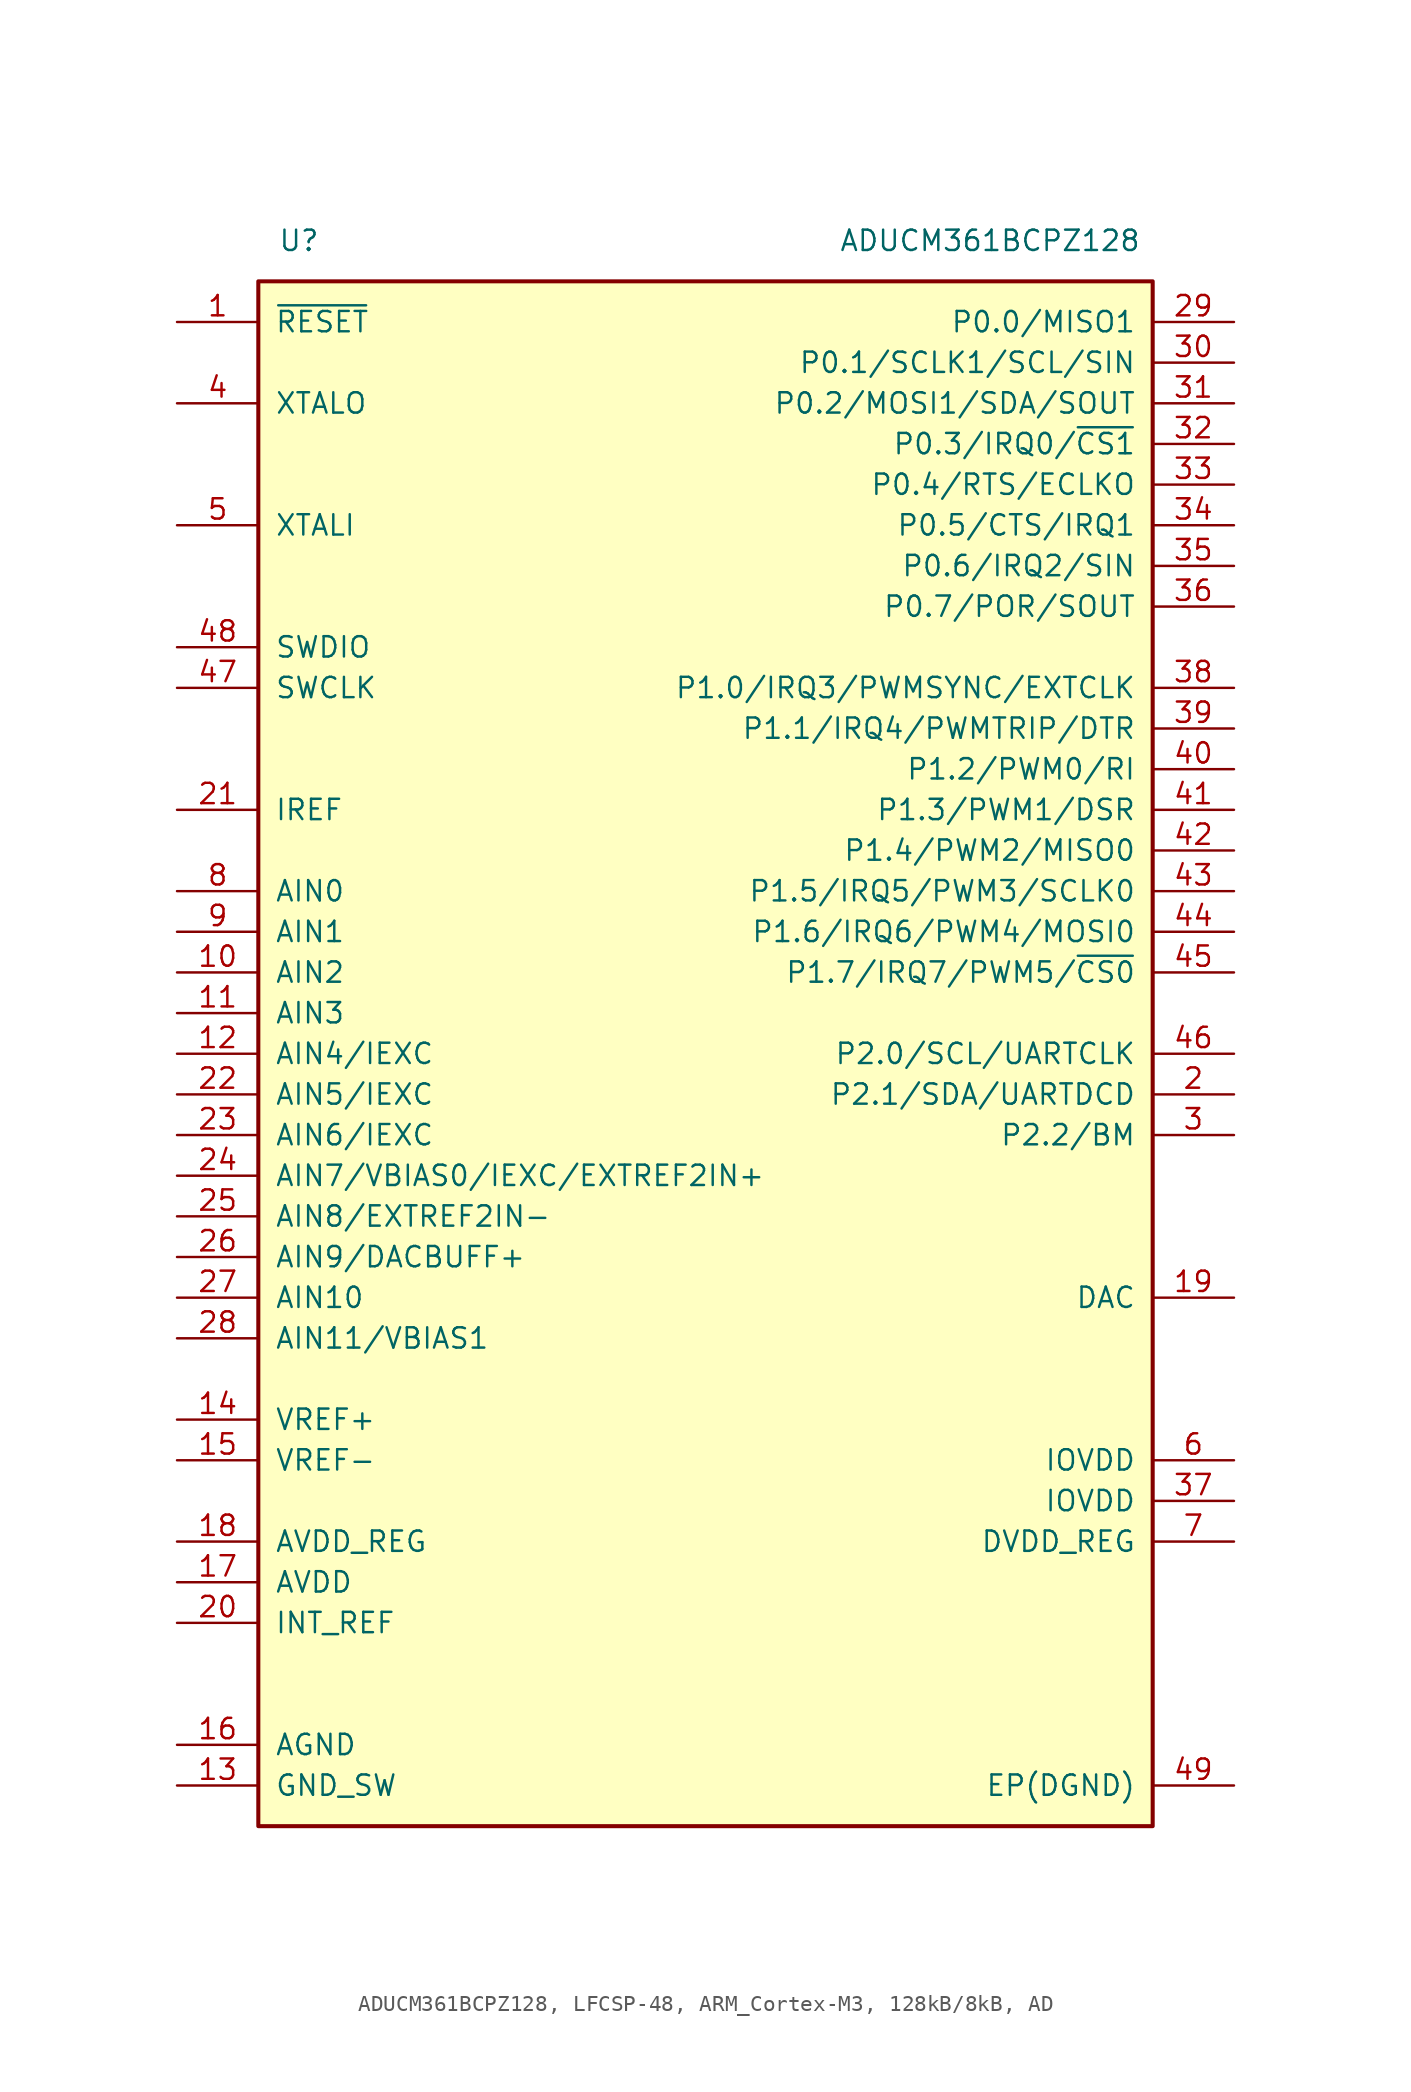
<source format=kicad_sym>
(kicad_symbol_lib
  (version 20241209)
  (generator "kicad_symbol_editor")
  (generator_version "9.0")
  (symbol "ADUCM361BCPZ128, LFCSP-48, ARM_Cortex-M3, 128kB/8kB, AD"
    (pin_names
      (offset 1.016))
    (property "Reference" "U"
      (at -25.4 50.8 0)
      (effects (font (size 1.27 1.27))))
    (property "Value" "ADUCM361BCPZ128"
      (at 17.78 50.8 0)
      (effects (font (size 1.27 1.27))))
    (symbol "ADUCM361BCPZ128, LFCSP-48, ARM_Cortex-M3, 128kB/8kB, AD_1_1"
      (rectangle (start -27.94 48.26) (end 27.94 -48.26) (stroke (width 0.254) (type default)) (fill (type background)))
      (pin input line (at -33.02 45.72 0) (length 5.08) (name "~{RESET}" (effects (font (size 1.27 1.27)))) (number "1" (effects (font (size 1.27 1.27)))))
      (pin passive line (at -33.02 40.64 0) (length 5.08) (name "XTALO" (effects (font (size 1.27 1.27)))) (number "4" (effects (font (size 1.27 1.27)))))
      (pin passive line (at -33.02 33.02 0) (length 5.08) (name "XTALI" (effects (font (size 1.27 1.27)))) (number "5" (effects (font (size 1.27 1.27)))))
      (pin bidirectional line (at -33.02 25.4 0) (length 5.08) (name "SWDIO" (effects (font (size 1.27 1.27)))) (number "48" (effects (font (size 1.27 1.27)))))
      (pin input line (at -33.02 22.86 0) (length 5.08) (name "SWCLK" (effects (font (size 1.27 1.27)))) (number "47" (effects (font (size 1.27 1.27)))))
      (pin bidirectional line (at -33.02 15.24 0) (length 5.08) (name "IREF" (effects (font (size 1.27 1.27)))) (number "21" (effects (font (size 1.27 1.27)))))
      (pin input line (at -33.02 10.16 0) (length 5.08) (name "AIN0" (effects (font (size 1.27 1.27)))) (number "8" (effects (font (size 1.27 1.27)))))
      (pin input line (at -33.02 7.62 0) (length 5.08) (name "AIN1" (effects (font (size 1.27 1.27)))) (number "9" (effects (font (size 1.27 1.27)))))
      (pin input line (at -33.02 5.08 0) (length 5.08) (name "AIN2" (effects (font (size 1.27 1.27)))) (number "10" (effects (font (size 1.27 1.27)))))
      (pin input line (at -33.02 2.54 0) (length 5.08) (name "AIN3" (effects (font (size 1.27 1.27)))) (number "11" (effects (font (size 1.27 1.27)))))
      (pin bidirectional line (at -33.02 0 0) (length 5.08) (name "AIN4/IEXC" (effects (font (size 1.27 1.27)))) (number "12" (effects (font (size 1.27 1.27)))))
      (pin bidirectional line (at -33.02 -2.54 0) (length 5.08) (name "AIN5/IEXC" (effects (font (size 1.27 1.27)))) (number "22" (effects (font (size 1.27 1.27)))))
      (pin bidirectional line (at -33.02 -5.08 0) (length 5.08) (name "AIN6/IEXC" (effects (font (size 1.27 1.27)))) (number "23" (effects (font (size 1.27 1.27)))))
      (pin bidirectional line (at -33.02 -7.62 0) (length 5.08) (name "AIN7/VBIAS0/IEXC/EXTREF2IN+" (effects (font (size 1.27 1.27)))) (number "24" (effects (font (size 1.27 1.27)))))
      (pin input line (at -33.02 -10.16 0) (length 5.08) (name "AIN8/EXTREF2IN-" (effects (font (size 1.27 1.27)))) (number "25" (effects (font (size 1.27 1.27)))))
      (pin input line (at -33.02 -12.7 0) (length 5.08) (name "AIN9/DACBUFF+" (effects (font (size 1.27 1.27)))) (number "26" (effects (font (size 1.27 1.27)))))
      (pin input line (at -33.02 -15.24 0) (length 5.08) (name "AIN10" (effects (font (size 1.27 1.27)))) (number "27" (effects (font (size 1.27 1.27)))))
      (pin bidirectional line (at -33.02 -17.78 0) (length 5.08) (name "AIN11/VBIAS1" (effects (font (size 1.27 1.27)))) (number "28" (effects (font (size 1.27 1.27)))))
      (pin input line (at -33.02 -22.86 0) (length 5.08) (name "VREF+" (effects (font (size 1.27 1.27)))) (number "14" (effects (font (size 1.27 1.27)))))
      (pin input line (at -33.02 -25.4 0) (length 5.08) (name "VREF-" (effects (font (size 1.27 1.27)))) (number "15" (effects (font (size 1.27 1.27)))))
      (pin passive line (at -33.02 -30.48 0) (length 5.08) (name "AVDD_REG" (effects (font (size 1.27 1.27)))) (number "18" (effects (font (size 1.27 1.27)))))
      (pin power_in line (at -33.02 -33.02 0) (length 5.08) (name "AVDD" (effects (font (size 1.27 1.27)))) (number "17" (effects (font (size 1.27 1.27)))))
      (pin passive line (at -33.02 -35.56 0) (length 5.08) (name "INT_REF" (effects (font (size 1.27 1.27)))) (number "20" (effects (font (size 1.27 1.27)))))
      (pin power_in line (at -33.02 -43.18 0) (length 5.08) (name "AGND" (effects (font (size 1.27 1.27)))) (number "16" (effects (font (size 1.27 1.27)))))
      (pin passive line (at -33.02 -45.72 0) (length 5.08) (name "GND_SW" (effects (font (size 1.27 1.27)))) (number "13" (effects (font (size 1.27 1.27)))))
      (pin bidirectional line (at 33.02 45.72 180) (length 5.08) (name "P0.0/MISO1" (effects (font (size 1.27 1.27)))) (number "29" (effects (font (size 1.27 1.27)))))
      (pin bidirectional line (at 33.02 43.18 180) (length 5.08) (name "P0.1/SCLK1/SCL/SIN" (effects (font (size 1.27 1.27)))) (number "30" (effects (font (size 1.27 1.27)))))
      (pin bidirectional line (at 33.02 40.64 180) (length 5.08) (name "P0.2/MOSI1/SDA/SOUT" (effects (font (size 1.27 1.27)))) (number "31" (effects (font (size 1.27 1.27)))))
      (pin bidirectional line (at 33.02 38.1 180) (length 5.08) (name "P0.3/IRQ0/~{CS1}" (effects (font (size 1.27 1.27)))) (number "32" (effects (font (size 1.27 1.27)))))
      (pin bidirectional line (at 33.02 35.56 180) (length 5.08) (name "P0.4/RTS/ECLKO" (effects (font (size 1.27 1.27)))) (number "33" (effects (font (size 1.27 1.27)))))
      (pin bidirectional line (at 33.02 33.02 180) (length 5.08) (name "P0.5/CTS/IRQ1" (effects (font (size 1.27 1.27)))) (number "34" (effects (font (size 1.27 1.27)))))
      (pin bidirectional line (at 33.02 30.48 180) (length 5.08) (name "P0.6/IRQ2/SIN" (effects (font (size 1.27 1.27)))) (number "35" (effects (font (size 1.27 1.27)))))
      (pin bidirectional line (at 33.02 27.94 180) (length 5.08) (name "P0.7/POR/SOUT" (effects (font (size 1.27 1.27)))) (number "36" (effects (font (size 1.27 1.27)))))
      (pin bidirectional line (at 33.02 22.86 180) (length 5.08) (name "P1.0/IRQ3/PWMSYNC/EXTCLK" (effects (font (size 1.27 1.27)))) (number "38" (effects (font (size 1.27 1.27)))))
      (pin bidirectional line (at 33.02 20.32 180) (length 5.08) (name "P1.1/IRQ4/PWMTRIP/DTR" (effects (font (size 1.27 1.27)))) (number "39" (effects (font (size 1.27 1.27)))))
      (pin bidirectional line (at 33.02 17.78 180) (length 5.08) (name "P1.2/PWM0/RI" (effects (font (size 1.27 1.27)))) (number "40" (effects (font (size 1.27 1.27)))))
      (pin bidirectional line (at 33.02 15.24 180) (length 5.08) (name "P1.3/PWM1/DSR" (effects (font (size 1.27 1.27)))) (number "41" (effects (font (size 1.27 1.27)))))
      (pin bidirectional line (at 33.02 12.7 180) (length 5.08) (name "P1.4/PWM2/MISO0" (effects (font (size 1.27 1.27)))) (number "42" (effects (font (size 1.27 1.27)))))
      (pin bidirectional line (at 33.02 10.16 180) (length 5.08) (name "P1.5/IRQ5/PWM3/SCLK0" (effects (font (size 1.27 1.27)))) (number "43" (effects (font (size 1.27 1.27)))))
      (pin bidirectional line (at 33.02 7.62 180) (length 5.08) (name "P1.6/IRQ6/PWM4/MOSI0" (effects (font (size 1.27 1.27)))) (number "44" (effects (font (size 1.27 1.27)))))
      (pin bidirectional line (at 33.02 5.08 180) (length 5.08) (name "P1.7/IRQ7/PWM5/~{CS0}" (effects (font (size 1.27 1.27)))) (number "45" (effects (font (size 1.27 1.27)))))
      (pin bidirectional line (at 33.02 0 180) (length 5.08) (name "P2.0/SCL/UARTCLK" (effects (font (size 1.27 1.27)))) (number "46" (effects (font (size 1.27 1.27)))))
      (pin bidirectional line (at 33.02 -2.54 180) (length 5.08) (name "P2.1/SDA/UARTDCD" (effects (font (size 1.27 1.27)))) (number "2" (effects (font (size 1.27 1.27)))))
      (pin bidirectional line (at 33.02 -5.08 180) (length 5.08) (name "P2.2/BM" (effects (font (size 1.27 1.27)))) (number "3" (effects (font (size 1.27 1.27)))))
      (pin output line (at 33.02 -15.24 180) (length 5.08) (name "DAC" (effects (font (size 1.27 1.27)))) (number "19" (effects (font (size 1.27 1.27)))))
      (pin power_in line (at 33.02 -25.4 180) (length 5.08) (name "IOVDD" (effects (font (size 1.27 1.27)))) (number "6" (effects (font (size 1.27 1.27)))))
      (pin power_in line (at 33.02 -27.94 180) (length 5.08) (name "IOVDD" (effects (font (size 1.27 1.27)))) (number "37" (effects (font (size 1.27 1.27)))))
      (pin passive line (at 33.02 -30.48 180) (length 5.08) (name "DVDD_REG" (effects (font (size 1.27 1.27)))) (number "7" (effects (font (size 1.27 1.27)))))
      (pin power_in line (at 33.02 -45.72 180) (length 5.08) (name "EP(DGND)" (effects (font (size 1.27 1.27)))) (number "49" (effects (font (size 1.27 1.27))))))))
</source>
